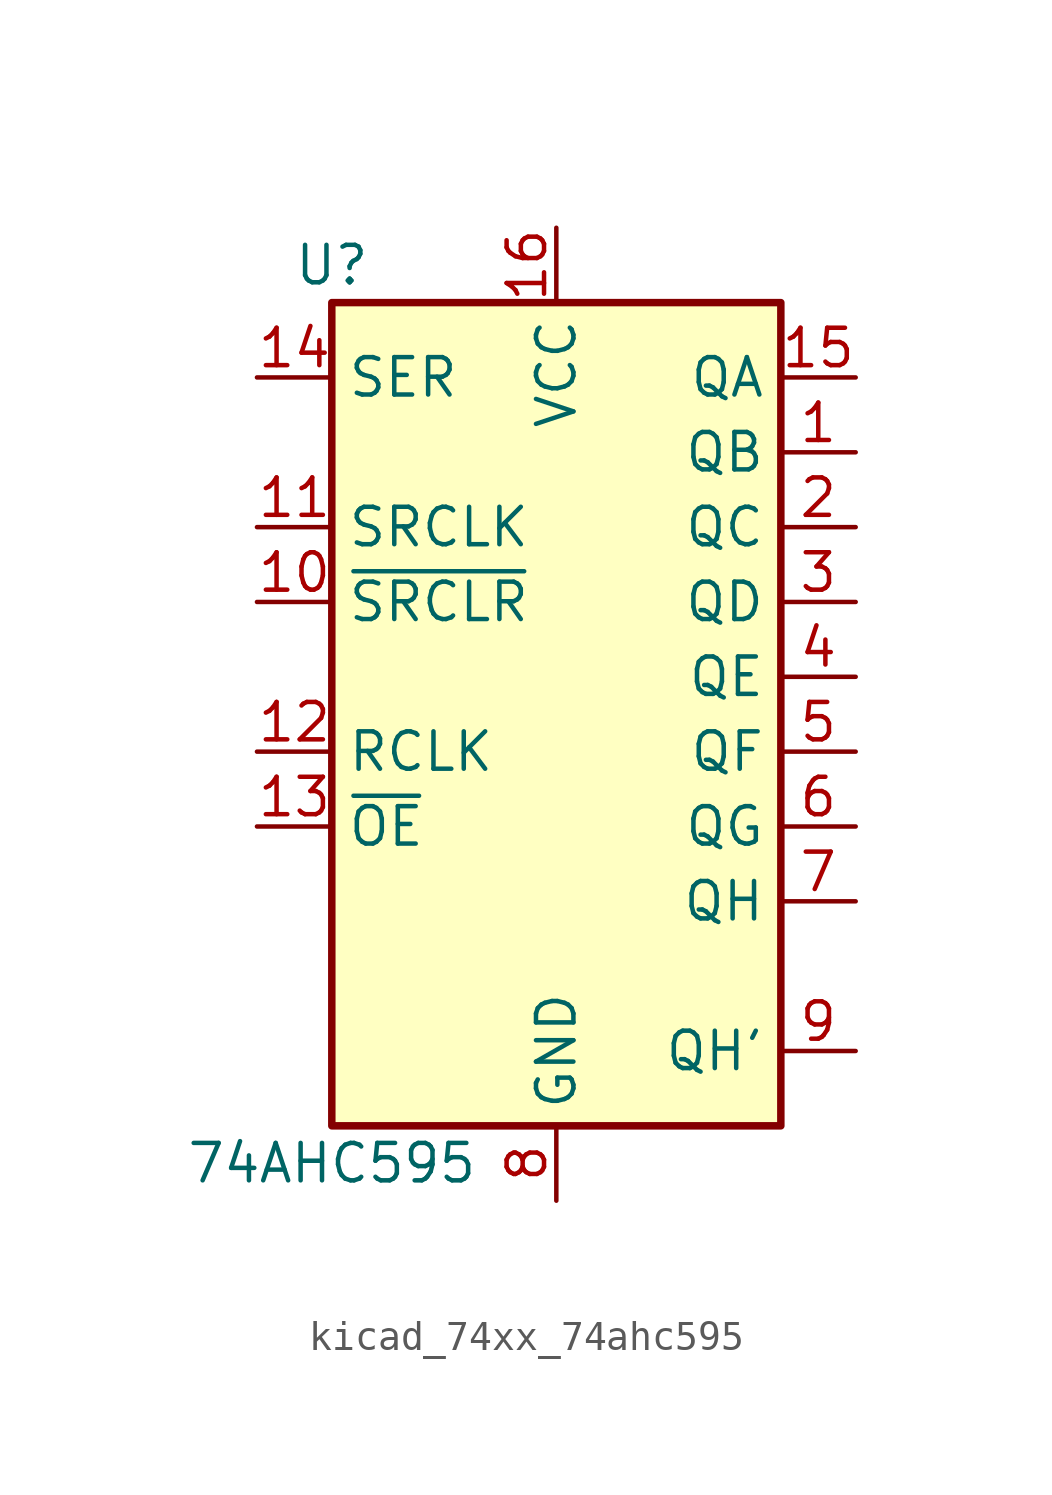
<source format=kicad_sym>
(kicad_symbol_lib
  (version 20220914)
  (generator kicad_symbol_editor)
  (symbol "kicad_74xx_74ahc595"
    (property "Reference" "U"
      (at -7.62 13.97 0)
      (effects (font (size 1.27 1.27))))
    (property "Value" "74AHC595"
      (at -7.62 -16.51 0)
      (effects (font (size 1.27 1.27))))
    (symbol "kicad_74xx_74ahc595_1_0"
      (pin tri_state line (at 10.16 7.62 180) (length 2.54) (name "QB" (effects (font (size 1.27 1.27)))) (number "1" (effects (font (size 1.27 1.27)))))
      (pin input line (at -10.16 2.54 0) (length 2.54) (name "~{SRCLR}" (effects (font (size 1.27 1.27)))) (number "10" (effects (font (size 1.27 1.27)))))
      (pin input line (at -10.16 5.08 0) (length 2.54) (name "SRCLK" (effects (font (size 1.27 1.27)))) (number "11" (effects (font (size 1.27 1.27)))))
      (pin input line (at -10.16 -2.54 0) (length 2.54) (name "RCLK" (effects (font (size 1.27 1.27)))) (number "12" (effects (font (size 1.27 1.27)))))
      (pin input line (at -10.16 -5.08 0) (length 2.54) (name "~{OE}" (effects (font (size 1.27 1.27)))) (number "13" (effects (font (size 1.27 1.27)))))
      (pin input line (at -10.16 10.16 0) (length 2.54) (name "SER" (effects (font (size 1.27 1.27)))) (number "14" (effects (font (size 1.27 1.27)))))
      (pin tri_state line (at 10.16 10.16 180) (length 2.54) (name "QA" (effects (font (size 1.27 1.27)))) (number "15" (effects (font (size 1.27 1.27)))))
      (pin power_in line (at 0 15.24 270) (length 2.54) (name "VCC" (effects (font (size 1.27 1.27)))) (number "16" (effects (font (size 1.27 1.27)))))
      (pin tri_state line (at 10.16 5.08 180) (length 2.54) (name "QC" (effects (font (size 1.27 1.27)))) (number "2" (effects (font (size 1.27 1.27)))))
      (pin tri_state line (at 10.16 2.54 180) (length 2.54) (name "QD" (effects (font (size 1.27 1.27)))) (number "3" (effects (font (size 1.27 1.27)))))
      (pin tri_state line (at 10.16 0 180) (length 2.54) (name "QE" (effects (font (size 1.27 1.27)))) (number "4" (effects (font (size 1.27 1.27)))))
      (pin tri_state line (at 10.16 -2.54 180) (length 2.54) (name "QF" (effects (font (size 1.27 1.27)))) (number "5" (effects (font (size 1.27 1.27)))))
      (pin tri_state line (at 10.16 -5.08 180) (length 2.54) (name "QG" (effects (font (size 1.27 1.27)))) (number "6" (effects (font (size 1.27 1.27)))))
      (pin tri_state line (at 10.16 -7.62 180) (length 2.54) (name "QH" (effects (font (size 1.27 1.27)))) (number "7" (effects (font (size 1.27 1.27)))))
      (pin power_in line (at 0 -17.78 90) (length 2.54) (name "GND" (effects (font (size 1.27 1.27)))) (number "8" (effects (font (size 1.27 1.27)))))
      (pin output line (at 10.16 -12.7 180) (length 2.54) (name "QH'" (effects (font (size 1.27 1.27)))) (number "9" (effects (font (size 1.27 1.27))))))
    (symbol "kicad_74xx_74ahc595_1_1"
      (rectangle (start -7.62 12.7) (end 7.62 -15.24) (stroke (width 0.254) (type default)) (fill (type background))))))
</source>
